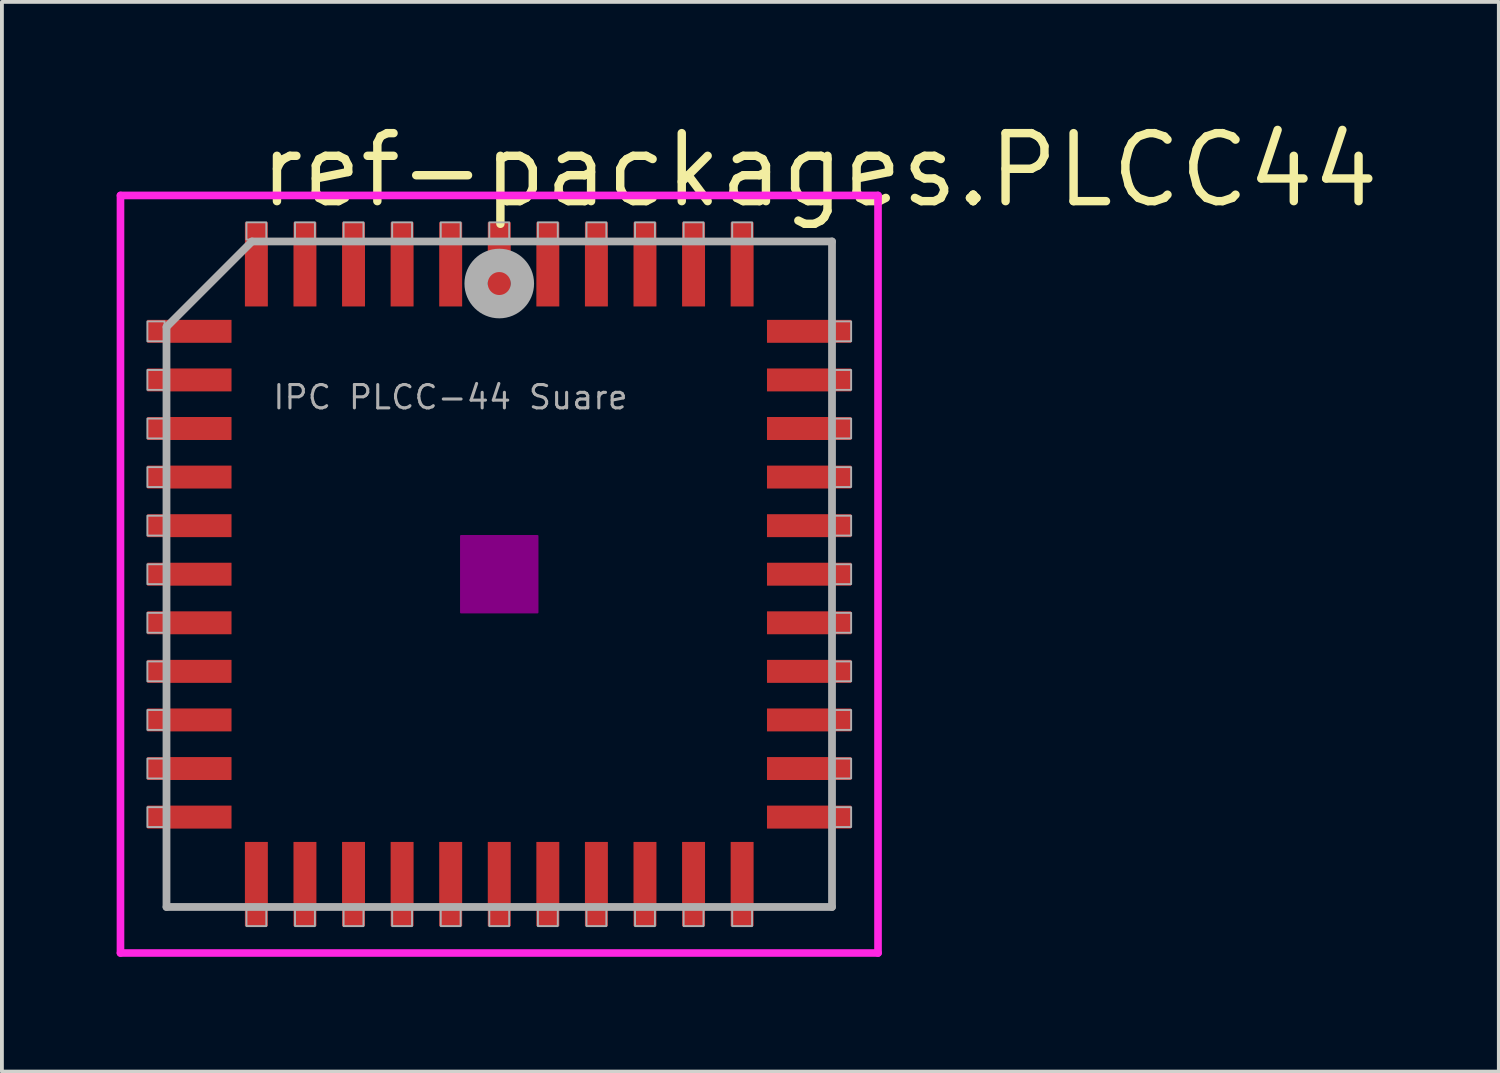
<source format=kicad_pcb>
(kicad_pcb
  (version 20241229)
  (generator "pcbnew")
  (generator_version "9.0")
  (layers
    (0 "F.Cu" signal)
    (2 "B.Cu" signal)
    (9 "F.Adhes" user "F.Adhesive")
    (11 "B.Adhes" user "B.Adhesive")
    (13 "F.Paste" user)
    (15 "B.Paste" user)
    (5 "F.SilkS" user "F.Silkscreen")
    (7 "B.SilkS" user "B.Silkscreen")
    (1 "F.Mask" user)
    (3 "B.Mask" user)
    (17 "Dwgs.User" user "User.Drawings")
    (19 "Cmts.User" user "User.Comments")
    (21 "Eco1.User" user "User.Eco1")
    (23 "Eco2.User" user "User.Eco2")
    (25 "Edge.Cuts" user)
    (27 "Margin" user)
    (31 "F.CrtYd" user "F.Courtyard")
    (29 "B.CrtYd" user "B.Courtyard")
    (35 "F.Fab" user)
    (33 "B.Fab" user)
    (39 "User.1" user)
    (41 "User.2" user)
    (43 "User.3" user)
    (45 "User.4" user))
  (footprint "ref-packages.PLCC44"
    (layer "F.Cu")
    (at 10.003 11.963)
    (property "Reference" "ref-packages.PLCC44" (at -6.38 -9.525 0) (layer "F.SilkS") (effects (font (size 1.778 1.778) (thickness 0.22)) (justify left bottom)))
    (attr smd)
    (fp_rect (start -1 1) (end 1 -1) (stroke (width 0.05) (type default)) (fill yes) (layer "F.Adhes"))
    (fp_line (start -9.903 -9.903) (end 9.903 -9.903) (stroke (width 0.2) (type default)) (layer "F.CrtYd"))
    (fp_line (start -9.903 9.903) (end -9.903 -9.903) (stroke (width 0.2) (type default)) (layer "F.CrtYd"))
    (fp_line (start 9.903 -9.903) (end 9.903 9.903) (stroke (width 0.2) (type default)) (layer "F.CrtYd"))
    (fp_line (start 9.903 9.903) (end -9.903 9.903) (stroke (width 0.2) (type default)) (layer "F.CrtYd"))
    (fp_line (start -8.7 -6.465) (end -8.7 8.7) (stroke (width 0.203) (type default)) (layer "F.Fab"))
    (fp_line (start -8.7 8.7) (end 8.7 8.7) (stroke (width 0.203) (type default)) (layer "F.Fab"))
    (fp_line (start -6.465 -8.7) (end -8.7 -6.465) (stroke (width 0.203) (type default)) (layer "F.Fab"))
    (fp_line (start 8.7 -8.7) (end -6.465 -8.7) (stroke (width 0.203) (type default)) (layer "F.Fab"))
    (fp_line (start 8.7 8.7) (end 8.7 -8.7) (stroke (width 0.203) (type default)) (layer "F.Fab"))
    (fp_rect (start -9.2 -6.09) (end -8.75 -6.61) (stroke (width 0.05) (type default)) (fill no) (layer "F.Fab"))
    (fp_rect (start -9.2 -4.82) (end -8.75 -5.34) (stroke (width 0.05) (type default)) (fill no) (layer "F.Fab"))
    (fp_rect (start -9.2 -3.55) (end -8.75 -4.07) (stroke (width 0.05) (type default)) (fill no) (layer "F.Fab"))
    (fp_rect (start -9.2 -2.28) (end -8.75 -2.8) (stroke (width 0.05) (type default)) (fill no) (layer "F.Fab"))
    (fp_rect (start -9.2 -1.01) (end -8.75 -1.53) (stroke (width 0.05) (type default)) (fill no) (layer "F.Fab"))
    (fp_rect (start -9.2 0.26) (end -8.75 -0.26) (stroke (width 0.05) (type default)) (fill no) (layer "F.Fab"))
    (fp_rect (start -9.2 1.53) (end -8.75 1.01) (stroke (width 0.05) (type default)) (fill no) (layer "F.Fab"))
    (fp_rect (start -9.2 2.8) (end -8.75 2.28) (stroke (width 0.05) (type default)) (fill no) (layer "F.Fab"))
    (fp_rect (start -9.2 4.07) (end -8.75 3.55) (stroke (width 0.05) (type default)) (fill no) (layer "F.Fab"))
    (fp_rect (start -9.2 5.34) (end -8.75 4.82) (stroke (width 0.05) (type default)) (fill no) (layer "F.Fab"))
    (fp_rect (start -9.2 6.61) (end -8.75 6.09) (stroke (width 0.05) (type default)) (fill no) (layer "F.Fab"))
    (fp_rect (start -6.61 -8.75) (end -6.09 -9.2) (stroke (width 0.05) (type default)) (fill no) (layer "F.Fab"))
    (fp_rect (start -6.61 9.2) (end -6.09 8.75) (stroke (width 0.05) (type default)) (fill no) (layer "F.Fab"))
    (fp_rect (start -5.34 -8.75) (end -4.82 -9.2) (stroke (width 0.05) (type default)) (fill no) (layer "F.Fab"))
    (fp_rect (start -5.34 9.2) (end -4.82 8.75) (stroke (width 0.05) (type default)) (fill no) (layer "F.Fab"))
    (fp_rect (start -4.07 -8.75) (end -3.55 -9.2) (stroke (width 0.05) (type default)) (fill no) (layer "F.Fab"))
    (fp_rect (start -4.07 9.2) (end -3.55 8.75) (stroke (width 0.05) (type default)) (fill no) (layer "F.Fab"))
    (fp_rect (start -2.8 -8.75) (end -2.28 -9.2) (stroke (width 0.05) (type default)) (fill no) (layer "F.Fab"))
    (fp_rect (start -2.8 9.2) (end -2.28 8.75) (stroke (width 0.05) (type default)) (fill no) (layer "F.Fab"))
    (fp_rect (start -1.53 -8.75) (end -1.01 -9.2) (stroke (width 0.05) (type default)) (fill no) (layer "F.Fab"))
    (fp_rect (start -1.53 9.2) (end -1.01 8.75) (stroke (width 0.05) (type default)) (fill no) (layer "F.Fab"))
    (fp_rect (start -0.26 -8.75) (end 0.26 -9.2) (stroke (width 0.05) (type default)) (fill no) (layer "F.Fab"))
    (fp_rect (start -0.26 9.2) (end 0.26 8.75) (stroke (width 0.05) (type default)) (fill no) (layer "F.Fab"))
    (fp_rect (start 1.01 -8.75) (end 1.53 -9.2) (stroke (width 0.05) (type default)) (fill no) (layer "F.Fab"))
    (fp_rect (start 1.01 9.2) (end 1.53 8.75) (stroke (width 0.05) (type default)) (fill no) (layer "F.Fab"))
    (fp_rect (start 2.28 -8.75) (end 2.8 -9.2) (stroke (width 0.05) (type default)) (fill no) (layer "F.Fab"))
    (fp_rect (start 2.28 9.2) (end 2.8 8.75) (stroke (width 0.05) (type default)) (fill no) (layer "F.Fab"))
    (fp_rect (start 3.55 -8.75) (end 4.07 -9.2) (stroke (width 0.05) (type default)) (fill no) (layer "F.Fab"))
    (fp_rect (start 3.55 9.2) (end 4.07 8.75) (stroke (width 0.05) (type default)) (fill no) (layer "F.Fab"))
    (fp_rect (start 4.82 -8.75) (end 5.34 -9.2) (stroke (width 0.05) (type default)) (fill no) (layer "F.Fab"))
    (fp_rect (start 4.82 9.2) (end 5.34 8.75) (stroke (width 0.05) (type default)) (fill no) (layer "F.Fab"))
    (fp_rect (start 6.09 -8.75) (end 6.61 -9.2) (stroke (width 0.05) (type default)) (fill no) (layer "F.Fab"))
    (fp_rect (start 6.09 9.2) (end 6.61 8.75) (stroke (width 0.05) (type default)) (fill no) (layer "F.Fab"))
    (fp_rect (start 8.75 -6.09) (end 9.2 -6.61) (stroke (width 0.05) (type default)) (fill no) (layer "F.Fab"))
    (fp_rect (start 8.75 -4.82) (end 9.2 -5.34) (stroke (width 0.05) (type default)) (fill no) (layer "F.Fab"))
    (fp_rect (start 8.75 -3.55) (end 9.2 -4.07) (stroke (width 0.05) (type default)) (fill no) (layer "F.Fab"))
    (fp_rect (start 8.75 -2.28) (end 9.2 -2.8) (stroke (width 0.05) (type default)) (fill no) (layer "F.Fab"))
    (fp_rect (start 8.75 -1.01) (end 9.2 -1.53) (stroke (width 0.05) (type default)) (fill no) (layer "F.Fab"))
    (fp_rect (start 8.75 0.26) (end 9.2 -0.26) (stroke (width 0.05) (type default)) (fill no) (layer "F.Fab"))
    (fp_rect (start 8.75 1.53) (end 9.2 1.01) (stroke (width 0.05) (type default)) (fill no) (layer "F.Fab"))
    (fp_rect (start 8.75 2.8) (end 9.2 2.28) (stroke (width 0.05) (type default)) (fill no) (layer "F.Fab"))
    (fp_rect (start 8.75 4.07) (end 9.2 3.55) (stroke (width 0.05) (type default)) (fill no) (layer "F.Fab"))
    (fp_rect (start 8.75 5.34) (end 9.2 4.82) (stroke (width 0.05) (type default)) (fill no) (layer "F.Fab"))
    (fp_rect (start 8.75 6.61) (end 9.2 6.09) (stroke (width 0.05) (type default)) (fill no) (layer "F.Fab"))
    (fp_circle (center 0 -7.6) (end 0.3 -7.6) (stroke (width 0.61) (type default)) (fill no) (layer "F.Fab"))
    (fp_text user "IPC PLCC-44 Suare" (at -5.96 -4.27 0) (layer "F.Fab") (effects (font (size 0.61 0.61) (thickness 0.08)) (justify left bottom)))
    (pad "1" smd roundrect (at 0 -8.1) (size 0.6 2.2) (layers "F.Cu" "F.Mask" "F.Paste") (roundrect_rratio 0.01))
    (pad "2" smd roundrect (at -1.27 -8.1) (size 0.6 2.2) (layers "F.Cu" "F.Mask" "F.Paste") (roundrect_rratio 0.01))
    (pad "3" smd roundrect (at -2.54 -8.1) (size 0.6 2.2) (layers "F.Cu" "F.Mask" "F.Paste") (roundrect_rratio 0.01))
    (pad "4" smd roundrect (at -3.81 -8.1) (size 0.6 2.2) (layers "F.Cu" "F.Mask" "F.Paste") (roundrect_rratio 0.01))
    (pad "5" smd roundrect (at -5.08 -8.1) (size 0.6 2.2) (layers "F.Cu" "F.Mask" "F.Paste") (roundrect_rratio 0.01))
    (pad "6" smd roundrect (at -6.35 -8.1) (size 0.6 2.2) (layers "F.Cu" "F.Mask" "F.Paste") (roundrect_rratio 0.01))
    (pad "7" smd roundrect (at -8.1 -6.35) (size 2.2 0.6) (layers "F.Cu" "F.Mask" "F.Paste") (roundrect_rratio 0.01))
    (pad "8" smd roundrect (at -8.1 -5.08) (size 2.2 0.6) (layers "F.Cu" "F.Mask" "F.Paste") (roundrect_rratio 0.01))
    (pad "9" smd roundrect (at -8.1 -3.81) (size 2.2 0.6) (layers "F.Cu" "F.Mask" "F.Paste") (roundrect_rratio 0.01))
    (pad "10" smd roundrect (at -8.1 -2.54) (size 2.2 0.6) (layers "F.Cu" "F.Mask" "F.Paste") (roundrect_rratio 0.01))
    (pad "11" smd roundrect (at -8.1 -1.27) (size 2.2 0.6) (layers "F.Cu" "F.Mask" "F.Paste") (roundrect_rratio 0.01))
    (pad "12" smd roundrect (at -8.1 0) (size 2.2 0.6) (layers "F.Cu" "F.Mask" "F.Paste") (roundrect_rratio 0.01))
    (pad "13" smd roundrect (at -8.1 1.27) (size 2.2 0.6) (layers "F.Cu" "F.Mask" "F.Paste") (roundrect_rratio 0.01))
    (pad "14" smd roundrect (at -8.1 2.54) (size 2.2 0.6) (layers "F.Cu" "F.Mask" "F.Paste") (roundrect_rratio 0.01))
    (pad "15" smd roundrect (at -8.1 3.81) (size 2.2 0.6) (layers "F.Cu" "F.Mask" "F.Paste") (roundrect_rratio 0.01))
    (pad "16" smd roundrect (at -8.1 5.08) (size 2.2 0.6) (layers "F.Cu" "F.Mask" "F.Paste") (roundrect_rratio 0.01))
    (pad "17" smd roundrect (at -8.1 6.35) (size 2.2 0.6) (layers "F.Cu" "F.Mask" "F.Paste") (roundrect_rratio 0.01))
    (pad "18" smd roundrect (at -6.35 8.1) (size 0.6 2.2) (layers "F.Cu" "F.Mask" "F.Paste") (roundrect_rratio 0.01))
    (pad "19" smd roundrect (at -5.08 8.1) (size 0.6 2.2) (layers "F.Cu" "F.Mask" "F.Paste") (roundrect_rratio 0.01))
    (pad "20" smd roundrect (at -3.81 8.1) (size 0.6 2.2) (layers "F.Cu" "F.Mask" "F.Paste") (roundrect_rratio 0.01))
    (pad "21" smd roundrect (at -2.54 8.1) (size 0.6 2.2) (layers "F.Cu" "F.Mask" "F.Paste") (roundrect_rratio 0.01))
    (pad "22" smd roundrect (at -1.27 8.1) (size 0.6 2.2) (layers "F.Cu" "F.Mask" "F.Paste") (roundrect_rratio 0.01))
    (pad "23" smd roundrect (at 0 8.1) (size 0.6 2.2) (layers "F.Cu" "F.Mask" "F.Paste") (roundrect_rratio 0.01))
    (pad "24" smd roundrect (at 1.27 8.1) (size 0.6 2.2) (layers "F.Cu" "F.Mask" "F.Paste") (roundrect_rratio 0.01))
    (pad "25" smd roundrect (at 2.54 8.1) (size 0.6 2.2) (layers "F.Cu" "F.Mask" "F.Paste") (roundrect_rratio 0.01))
    (pad "26" smd roundrect (at 3.81 8.1) (size 0.6 2.2) (layers "F.Cu" "F.Mask" "F.Paste") (roundrect_rratio 0.01))
    (pad "27" smd roundrect (at 5.08 8.1) (size 0.6 2.2) (layers "F.Cu" "F.Mask" "F.Paste") (roundrect_rratio 0.01))
    (pad "28" smd roundrect (at 6.35 8.1) (size 0.6 2.2) (layers "F.Cu" "F.Mask" "F.Paste") (roundrect_rratio 0.01))
    (pad "29" smd roundrect (at 8.1 6.35) (size 2.2 0.6) (layers "F.Cu" "F.Mask" "F.Paste") (roundrect_rratio 0.01))
    (pad "30" smd roundrect (at 8.1 5.08) (size 2.2 0.6) (layers "F.Cu" "F.Mask" "F.Paste") (roundrect_rratio 0.01))
    (pad "31" smd roundrect (at 8.1 3.81) (size 2.2 0.6) (layers "F.Cu" "F.Mask" "F.Paste") (roundrect_rratio 0.01))
    (pad "32" smd roundrect (at 8.1 2.54) (size 2.2 0.6) (layers "F.Cu" "F.Mask" "F.Paste") (roundrect_rratio 0.01))
    (pad "33" smd roundrect (at 8.1 1.27) (size 2.2 0.6) (layers "F.Cu" "F.Mask" "F.Paste") (roundrect_rratio 0.01))
    (pad "34" smd roundrect (at 8.1 0) (size 2.2 0.6) (layers "F.Cu" "F.Mask" "F.Paste") (roundrect_rratio 0.01))
    (pad "35" smd roundrect (at 8.1 -1.27) (size 2.2 0.6) (layers "F.Cu" "F.Mask" "F.Paste") (roundrect_rratio 0.01))
    (pad "36" smd roundrect (at 8.1 -2.54) (size 2.2 0.6) (layers "F.Cu" "F.Mask" "F.Paste") (roundrect_rratio 0.01))
    (pad "37" smd roundrect (at 8.1 -3.81) (size 2.2 0.6) (layers "F.Cu" "F.Mask" "F.Paste") (roundrect_rratio 0.01))
    (pad "38" smd roundrect (at 8.1 -5.08) (size 2.2 0.6) (layers "F.Cu" "F.Mask" "F.Paste") (roundrect_rratio 0.01))
    (pad "39" smd roundrect (at 8.1 -6.35) (size 2.2 0.6) (layers "F.Cu" "F.Mask" "F.Paste") (roundrect_rratio 0.01))
    (pad "40" smd roundrect (at 6.35 -8.1) (size 0.6 2.2) (layers "F.Cu" "F.Mask" "F.Paste") (roundrect_rratio 0.01))
    (pad "41" smd roundrect (at 5.08 -8.1) (size 0.6 2.2) (layers "F.Cu" "F.Mask" "F.Paste") (roundrect_rratio 0.01))
    (pad "42" smd roundrect (at 3.81 -8.1) (size 0.6 2.2) (layers "F.Cu" "F.Mask" "F.Paste") (roundrect_rratio 0.01))
    (pad "43" smd roundrect (at 2.54 -8.1) (size 0.6 2.2) (layers "F.Cu" "F.Mask" "F.Paste") (roundrect_rratio 0.01))
    (pad "44" smd roundrect (at 1.27 -8.1) (size 0.6 2.2) (layers "F.Cu" "F.Mask" "F.Paste") (roundrect_rratio 0.01)))
  (gr_rect
    (start -3 -3)
    (end 36.137 24.966)
    (stroke (width 0.1) (type default))
    (fill no)
    (layer "Edge.Cuts")))
</source>
